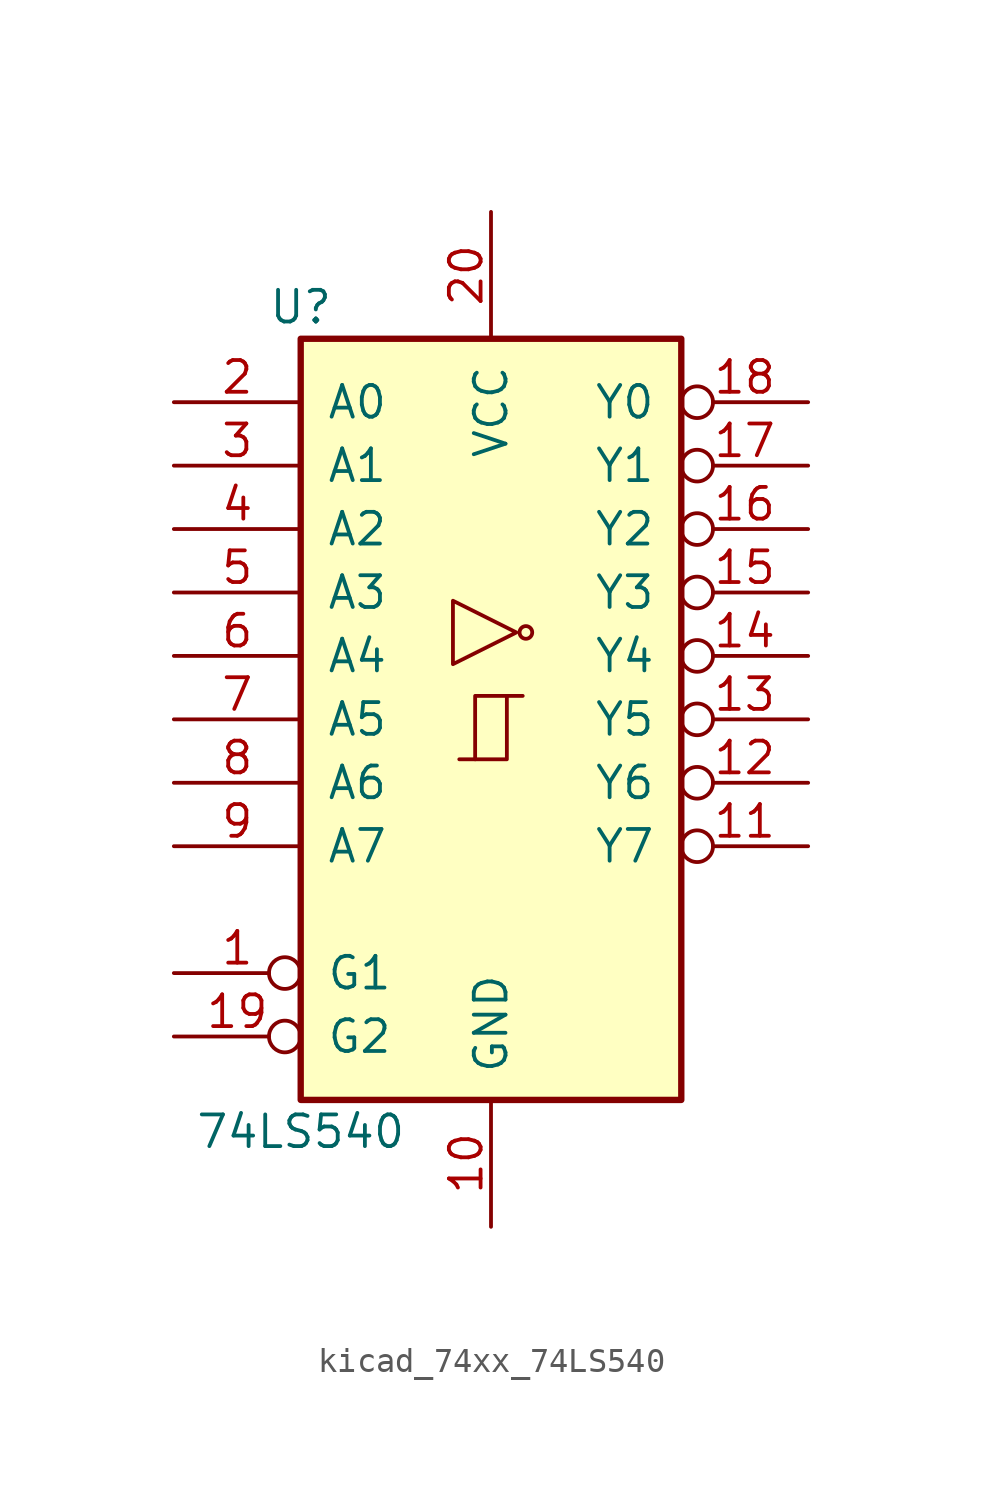
<source format=kicad_sym>
(kicad_symbol_lib
  (version 20220914)
  (generator kicad_symbol_editor)
  (symbol "kicad_74xx_74LS540"
    (pin_names
      (offset 1.016))
    (property "Reference" "U"
      (at -7.62 16.51 0)
      (effects (font (size 1.27 1.27))))
    (property "Value" "74LS540"
      (at -7.62 -16.51 0)
      (effects (font (size 1.27 1.27))))
    (property "ki_locked" ""
      (at 0 0 0)
      (effects (font (size 1.27 1.27))))
    (symbol "kicad_74xx_74LS540_1_0"
      (polyline (pts (xy -0.635 -1.6) (xy -0.635 0.94) (xy 0.635 0.94)) (stroke (width 0) (type default)) (fill (type none)))
      (polyline (pts (xy -1.27 -1.6) (xy 0.635 -1.6) (xy 0.635 0.94) (xy 1.27 0.94)) (stroke (width 0) (type default)) (fill (type none)))
      (polyline (pts (xy 1.016 3.48) (xy -1.524 4.75) (xy -1.524 2.21) (xy 1.016 3.48)) (stroke (width 0.152) (type default)) (fill (type none)))
      (circle (center 1.397 3.48) (radius 0.254) (stroke (width 0.152) (type default)) (fill (type none)))
      (pin input inverted (at -12.7 -10.16 0) (length 5.08) (name "G1" (effects (font (size 1.27 1.27)))) (number "1" (effects (font (size 1.27 1.27)))))
      (pin power_in line (at 0 -20.32 90) (length 5.08) (name "GND" (effects (font (size 1.27 1.27)))) (number "10" (effects (font (size 1.27 1.27)))))
      (pin tri_state inverted (at 12.7 -5.08 180) (length 5.08) (name "Y7" (effects (font (size 1.27 1.27)))) (number "11" (effects (font (size 1.27 1.27)))))
      (pin tri_state inverted (at 12.7 -2.54 180) (length 5.08) (name "Y6" (effects (font (size 1.27 1.27)))) (number "12" (effects (font (size 1.27 1.27)))))
      (pin tri_state inverted (at 12.7 0 180) (length 5.08) (name "Y5" (effects (font (size 1.27 1.27)))) (number "13" (effects (font (size 1.27 1.27)))))
      (pin tri_state inverted (at 12.7 2.54 180) (length 5.08) (name "Y4" (effects (font (size 1.27 1.27)))) (number "14" (effects (font (size 1.27 1.27)))))
      (pin tri_state inverted (at 12.7 5.08 180) (length 5.08) (name "Y3" (effects (font (size 1.27 1.27)))) (number "15" (effects (font (size 1.27 1.27)))))
      (pin tri_state inverted (at 12.7 7.62 180) (length 5.08) (name "Y2" (effects (font (size 1.27 1.27)))) (number "16" (effects (font (size 1.27 1.27)))))
      (pin tri_state inverted (at 12.7 10.16 180) (length 5.08) (name "Y1" (effects (font (size 1.27 1.27)))) (number "17" (effects (font (size 1.27 1.27)))))
      (pin tri_state inverted (at 12.7 12.7 180) (length 5.08) (name "Y0" (effects (font (size 1.27 1.27)))) (number "18" (effects (font (size 1.27 1.27)))))
      (pin input inverted (at -12.7 -12.7 0) (length 5.08) (name "G2" (effects (font (size 1.27 1.27)))) (number "19" (effects (font (size 1.27 1.27)))))
      (pin input line (at -12.7 12.7 0) (length 5.08) (name "A0" (effects (font (size 1.27 1.27)))) (number "2" (effects (font (size 1.27 1.27)))))
      (pin power_in line (at 0 20.32 270) (length 5.08) (name "VCC" (effects (font (size 1.27 1.27)))) (number "20" (effects (font (size 1.27 1.27)))))
      (pin input line (at -12.7 10.16 0) (length 5.08) (name "A1" (effects (font (size 1.27 1.27)))) (number "3" (effects (font (size 1.27 1.27)))))
      (pin input line (at -12.7 7.62 0) (length 5.08) (name "A2" (effects (font (size 1.27 1.27)))) (number "4" (effects (font (size 1.27 1.27)))))
      (pin input line (at -12.7 5.08 0) (length 5.08) (name "A3" (effects (font (size 1.27 1.27)))) (number "5" (effects (font (size 1.27 1.27)))))
      (pin input line (at -12.7 2.54 0) (length 5.08) (name "A4" (effects (font (size 1.27 1.27)))) (number "6" (effects (font (size 1.27 1.27)))))
      (pin input line (at -12.7 0 0) (length 5.08) (name "A5" (effects (font (size 1.27 1.27)))) (number "7" (effects (font (size 1.27 1.27)))))
      (pin input line (at -12.7 -2.54 0) (length 5.08) (name "A6" (effects (font (size 1.27 1.27)))) (number "8" (effects (font (size 1.27 1.27)))))
      (pin input line (at -12.7 -5.08 0) (length 5.08) (name "A7" (effects (font (size 1.27 1.27)))) (number "9" (effects (font (size 1.27 1.27))))))
    (symbol "kicad_74xx_74LS540_1_1"
      (rectangle (start -7.62 15.24) (end 7.62 -15.24) (stroke (width 0.254) (type default)) (fill (type background))))))
</source>
